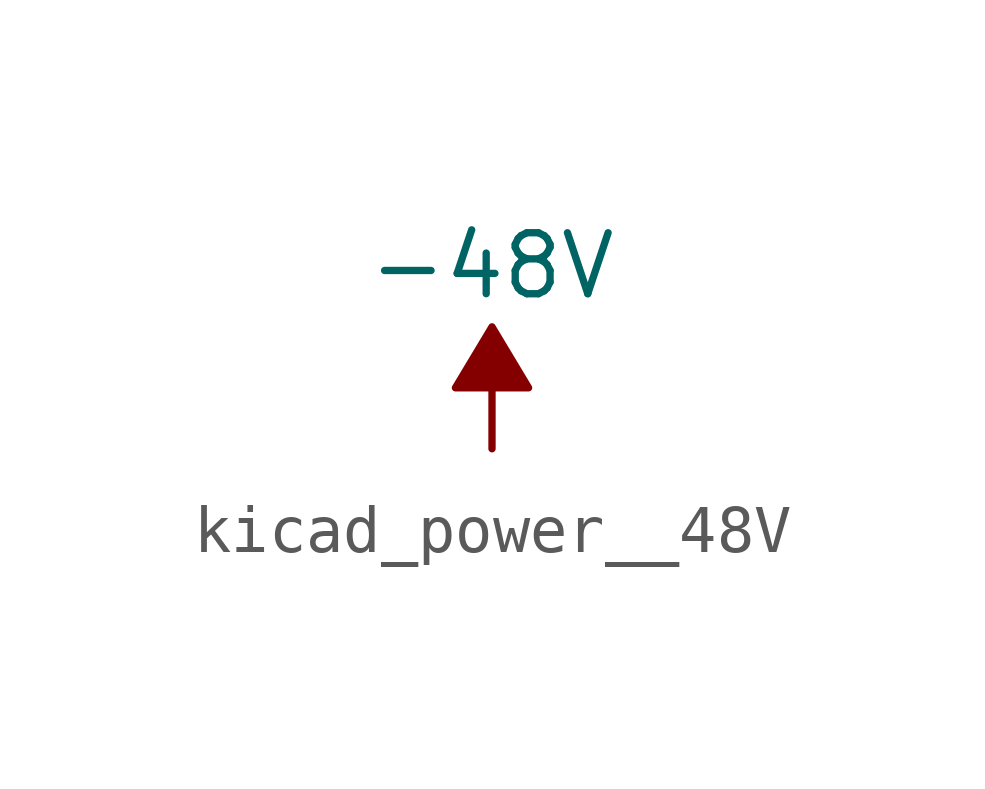
<source format=kicad_sym>
(kicad_symbol_lib
  (version 20220914)
  (generator kicad_symbol_editor)
  (symbol "kicad_power__48V"
    (power)
    (pin_names
      (offset 0))
    (property "Reference" "#PWR"
      (at 0 2.54 0)
      (effects (font (size 1.27 1.27)) hide))
    (property "Value" "-48V"
      (at 0 3.81 0)
      (effects (font (size 1.27 1.27))))
    (symbol "kicad_power__48V_0_0"
      (pin power_in line (at 0 0 90) (length 0) hide (name "-48V" (effects (font (size 1.27 1.27)))) (number "1" (effects (font (size 1.27 1.27))))))
    (symbol "kicad_power__48V_0_1"
      (polyline (pts (xy 0 0) (xy 0 1.27) (xy 0.762 1.27) (xy 0 2.54) (xy -0.762 1.27) (xy 0 1.27)) (stroke (width 0) (type default)) (fill (type outline))))))
</source>
